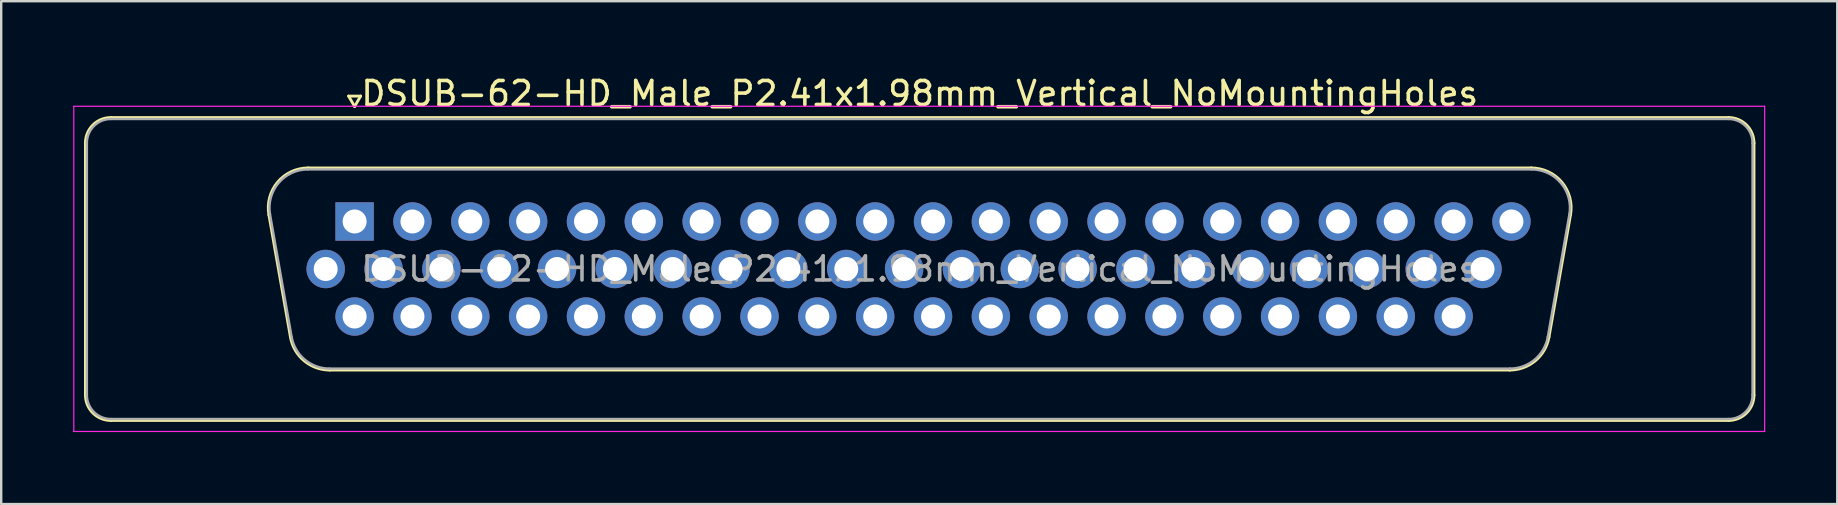
<source format=kicad_pcb>
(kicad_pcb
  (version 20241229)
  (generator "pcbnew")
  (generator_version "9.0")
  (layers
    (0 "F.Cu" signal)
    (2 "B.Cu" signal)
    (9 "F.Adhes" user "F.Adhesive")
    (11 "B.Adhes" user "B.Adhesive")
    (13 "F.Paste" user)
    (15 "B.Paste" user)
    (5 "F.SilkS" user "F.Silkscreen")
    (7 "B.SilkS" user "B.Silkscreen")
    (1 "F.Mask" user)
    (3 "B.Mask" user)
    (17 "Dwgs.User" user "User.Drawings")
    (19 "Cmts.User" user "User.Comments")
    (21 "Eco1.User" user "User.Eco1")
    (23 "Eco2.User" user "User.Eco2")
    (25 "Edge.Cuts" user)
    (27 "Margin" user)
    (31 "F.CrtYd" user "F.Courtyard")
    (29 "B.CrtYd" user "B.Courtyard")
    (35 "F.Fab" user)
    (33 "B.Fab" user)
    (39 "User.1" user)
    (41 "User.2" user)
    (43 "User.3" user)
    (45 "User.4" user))
  (footprint "DSUB-62-HD_Male_P2.41x1.98mm_Vertical_NoMountingHoles"
    (layer "F.Cu")
    (at 11.725 6.178)
    (property "Reference" "DSUB-62-HD_Male_P2.41x1.98mm_Vertical_NoMountingHoles" (at 23.545 -5.33 0) (layer "F.SilkS") (effects (font (size 1 1) (thickness 0.15))))
    (attr through_hole)
    (fp_line (start -11.215 7.23) (end -11.215 -3.27) (stroke (width 0.12) (type solid)) (layer "F.SilkS"))
    (fp_line (start -10.155 -4.33) (end 57.245 -4.33) (stroke (width 0.12) (type solid)) (layer "F.SilkS"))
    (fp_line (start -3.571 -0.282) (end -2.672 4.818) (stroke (width 0.12) (type solid)) (layer "F.SilkS"))
    (fp_line (start -1.937 -2.23) (end 49.027 -2.23) (stroke (width 0.12) (type solid)) (layer "F.SilkS"))
    (fp_line (start -1.037 6.19) (end 48.127 6.19) (stroke (width 0.12) (type solid)) (layer "F.SilkS"))
    (fp_line (start -0.25 -5.224) (end 0.25 -5.224) (stroke (width 0.12) (type solid)) (layer "F.SilkS"))
    (fp_line (start 0 -4.791) (end -0.25 -5.224) (stroke (width 0.12) (type solid)) (layer "F.SilkS"))
    (fp_line (start 0.25 -5.224) (end 0 -4.791) (stroke (width 0.12) (type solid)) (layer "F.SilkS"))
    (fp_line (start 50.661 -0.282) (end 49.762 4.818) (stroke (width 0.12) (type solid)) (layer "F.SilkS"))
    (fp_line (start 57.245 8.29) (end -10.155 8.29) (stroke (width 0.12) (type solid)) (layer "F.SilkS"))
    (fp_line (start 58.305 -3.27) (end 58.305 7.23) (stroke (width 0.12) (type solid)) (layer "F.SilkS"))
    (fp_arc (start -11.215 -3.27) (mid -10.904533 -4.019533) (end -10.155 -4.33) (stroke (width 0.12) (type solid)) (layer "F.SilkS"))
    (fp_arc (start -10.155 8.29) (mid -10.904533 7.979533) (end -11.215 7.23) (stroke (width 0.12) (type solid)) (layer "F.SilkS"))
    (fp_arc (start -3.57147 -0.281744) (mid -3.208323 -1.637028) (end -1.936689 -2.23) (stroke (width 0.12) (type solid)) (layer "F.SilkS"))
    (fp_arc (start -1.037421 6.19) (mid -2.104448 5.801634) (end -2.672202 4.818256) (stroke (width 0.12) (type solid)) (layer "F.SilkS"))
    (fp_arc (start 49.026689 -2.23) (mid 50.298323 -1.637027) (end 50.66147 -0.281744) (stroke (width 0.12) (type solid)) (layer "F.SilkS"))
    (fp_arc (start 49.762202 4.818256) (mid 49.194449 5.801634) (end 48.127421 6.19) (stroke (width 0.12) (type solid)) (layer "F.SilkS"))
    (fp_arc (start 57.245 -4.33) (mid 57.994533 -4.019533) (end 58.305 -3.27) (stroke (width 0.12) (type solid)) (layer "F.SilkS"))
    (fp_arc (start 58.305 7.23) (mid 57.994533 7.979533) (end 57.245 8.29) (stroke (width 0.12) (type solid)) (layer "F.SilkS"))
    (fp_line (start -11.7 -4.8) (end -11.7 8.75) (stroke (width 0.05) (type solid)) (layer "F.CrtYd"))
    (fp_line (start -11.7 8.75) (end 58.75 8.75) (stroke (width 0.05) (type solid)) (layer "F.CrtYd"))
    (fp_line (start 58.75 -4.8) (end -11.7 -4.8) (stroke (width 0.05) (type solid)) (layer "F.CrtYd"))
    (fp_line (start 58.75 8.75) (end 58.75 -4.8) (stroke (width 0.05) (type solid)) (layer "F.CrtYd"))
    (fp_line (start -11.155 7.23) (end -11.155 -3.27) (stroke (width 0.1) (type solid)) (layer "F.Fab"))
    (fp_line (start -10.155 -4.27) (end 57.245 -4.27) (stroke (width 0.1) (type solid)) (layer "F.Fab"))
    (fp_line (start -3.524 -0.292) (end -2.625 4.808) (stroke (width 0.1) (type solid)) (layer "F.Fab"))
    (fp_line (start -1.948 -2.17) (end 49.038 -2.17) (stroke (width 0.1) (type solid)) (layer "F.Fab"))
    (fp_line (start -1.049 6.13) (end 48.139 6.13) (stroke (width 0.1) (type solid)) (layer "F.Fab"))
    (fp_line (start 50.614 -0.292) (end 49.715 4.808) (stroke (width 0.1) (type solid)) (layer "F.Fab"))
    (fp_line (start 57.245 8.23) (end -10.155 8.23) (stroke (width 0.1) (type solid)) (layer "F.Fab"))
    (fp_line (start 58.245 -3.27) (end 58.245 7.23) (stroke (width 0.1) (type solid)) (layer "F.Fab"))
    (fp_arc (start -11.155 -3.27) (mid -10.862107 -3.977107) (end -10.155 -4.27) (stroke (width 0.1) (type solid)) (layer "F.Fab"))
    (fp_arc (start -10.155 8.23) (mid -10.862107 7.937107) (end -11.155 7.23) (stroke (width 0.1) (type solid)) (layer "F.Fab"))
    (fp_arc (start -3.523886 -0.292163) (mid -3.173865 -1.59846) (end -1.948194 -2.17) (stroke (width 0.1) (type solid)) (layer "F.Fab"))
    (fp_arc (start -1.048927 6.13) (mid -2.077387 5.755671) (end -2.624619 4.807837) (stroke (width 0.1) (type solid)) (layer "F.Fab"))
    (fp_arc (start 49.038194 -2.17) (mid 50.263865 -1.59846) (end 50.613886 -0.292163) (stroke (width 0.1) (type solid)) (layer "F.Fab"))
    (fp_arc (start 49.714619 4.807837) (mid 49.167387 5.755671) (end 48.138927 6.13) (stroke (width 0.1) (type solid)) (layer "F.Fab"))
    (fp_arc (start 57.245 -4.27) (mid 57.952107 -3.977107) (end 58.245 -3.27) (stroke (width 0.1) (type solid)) (layer "F.Fab"))
    (fp_arc (start 58.245 7.23) (mid 57.952107 7.937107) (end 57.245 8.23) (stroke (width 0.1) (type solid)) (layer "F.Fab"))
    (fp_text user "${REFERENCE}" (at 23.545 1.98 0) (layer "F.Fab") (effects (font (size 1 1) (thickness 0.15))))
    (pad "1" thru_hole rect (at 0 0) (size 1.6 1.6) (drill 1) (layers "*.Cu" "*.Mask"))
    (pad "2" thru_hole circle (at 2.41 0) (size 1.6 1.6) (drill 1) (layers "*.Cu" "*.Mask"))
    (pad "3" thru_hole circle (at 4.82 0) (size 1.6 1.6) (drill 1) (layers "*.Cu" "*.Mask"))
    (pad "4" thru_hole circle (at 7.23 0) (size 1.6 1.6) (drill 1) (layers "*.Cu" "*.Mask"))
    (pad "5" thru_hole circle (at 9.64 0) (size 1.6 1.6) (drill 1) (layers "*.Cu" "*.Mask"))
    (pad "6" thru_hole circle (at 12.05 0) (size 1.6 1.6) (drill 1) (layers "*.Cu" "*.Mask"))
    (pad "7" thru_hole circle (at 14.46 0) (size 1.6 1.6) (drill 1) (layers "*.Cu" "*.Mask"))
    (pad "8" thru_hole circle (at 16.87 0) (size 1.6 1.6) (drill 1) (layers "*.Cu" "*.Mask"))
    (pad "9" thru_hole circle (at 19.28 0) (size 1.6 1.6) (drill 1) (layers "*.Cu" "*.Mask"))
    (pad "10" thru_hole circle (at 21.69 0) (size 1.6 1.6) (drill 1) (layers "*.Cu" "*.Mask"))
    (pad "11" thru_hole circle (at 24.1 0) (size 1.6 1.6) (drill 1) (layers "*.Cu" "*.Mask"))
    (pad "12" thru_hole circle (at 26.51 0) (size 1.6 1.6) (drill 1) (layers "*.Cu" "*.Mask"))
    (pad "13" thru_hole circle (at 28.92 0) (size 1.6 1.6) (drill 1) (layers "*.Cu" "*.Mask"))
    (pad "14" thru_hole circle (at 31.33 0) (size 1.6 1.6) (drill 1) (layers "*.Cu" "*.Mask"))
    (pad "15" thru_hole circle (at 33.74 0) (size 1.6 1.6) (drill 1) (layers "*.Cu" "*.Mask"))
    (pad "16" thru_hole circle (at 36.15 0) (size 1.6 1.6) (drill 1) (layers "*.Cu" "*.Mask"))
    (pad "17" thru_hole circle (at 38.56 0) (size 1.6 1.6) (drill 1) (layers "*.Cu" "*.Mask"))
    (pad "18" thru_hole circle (at 40.97 0) (size 1.6 1.6) (drill 1) (layers "*.Cu" "*.Mask"))
    (pad "19" thru_hole circle (at 43.38 0) (size 1.6 1.6) (drill 1) (layers "*.Cu" "*.Mask"))
    (pad "20" thru_hole circle (at 45.79 0) (size 1.6 1.6) (drill 1) (layers "*.Cu" "*.Mask"))
    (pad "21" thru_hole circle (at 48.2 0) (size 1.6 1.6) (drill 1) (layers "*.Cu" "*.Mask"))
    (pad "22" thru_hole circle (at -1.205 1.98) (size 1.6 1.6) (drill 1) (layers "*.Cu" "*.Mask"))
    (pad "23" thru_hole circle (at 1.205 1.98) (size 1.6 1.6) (drill 1) (layers "*.Cu" "*.Mask"))
    (pad "24" thru_hole circle (at 3.615 1.98) (size 1.6 1.6) (drill 1) (layers "*.Cu" "*.Mask"))
    (pad "25" thru_hole circle (at 6.025 1.98) (size 1.6 1.6) (drill 1) (layers "*.Cu" "*.Mask"))
    (pad "26" thru_hole circle (at 8.435 1.98) (size 1.6 1.6) (drill 1) (layers "*.Cu" "*.Mask"))
    (pad "27" thru_hole circle (at 10.845 1.98) (size 1.6 1.6) (drill 1) (layers "*.Cu" "*.Mask"))
    (pad "28" thru_hole circle (at 13.255 1.98) (size 1.6 1.6) (drill 1) (layers "*.Cu" "*.Mask"))
    (pad "29" thru_hole circle (at 15.665 1.98) (size 1.6 1.6) (drill 1) (layers "*.Cu" "*.Mask"))
    (pad "30" thru_hole circle (at 18.075 1.98) (size 1.6 1.6) (drill 1) (layers "*.Cu" "*.Mask"))
    (pad "31" thru_hole circle (at 20.485 1.98) (size 1.6 1.6) (drill 1) (layers "*.Cu" "*.Mask"))
    (pad "32" thru_hole circle (at 22.895 1.98) (size 1.6 1.6) (drill 1) (layers "*.Cu" "*.Mask"))
    (pad "33" thru_hole circle (at 25.305 1.98) (size 1.6 1.6) (drill 1) (layers "*.Cu" "*.Mask"))
    (pad "34" thru_hole circle (at 27.715 1.98) (size 1.6 1.6) (drill 1) (layers "*.Cu" "*.Mask"))
    (pad "35" thru_hole circle (at 30.125 1.98) (size 1.6 1.6) (drill 1) (layers "*.Cu" "*.Mask"))
    (pad "36" thru_hole circle (at 32.535 1.98) (size 1.6 1.6) (drill 1) (layers "*.Cu" "*.Mask"))
    (pad "37" thru_hole circle (at 34.945 1.98) (size 1.6 1.6) (drill 1) (layers "*.Cu" "*.Mask"))
    (pad "38" thru_hole circle (at 37.355 1.98) (size 1.6 1.6) (drill 1) (layers "*.Cu" "*.Mask"))
    (pad "39" thru_hole circle (at 39.765 1.98) (size 1.6 1.6) (drill 1) (layers "*.Cu" "*.Mask"))
    (pad "40" thru_hole circle (at 42.175 1.98) (size 1.6 1.6) (drill 1) (layers "*.Cu" "*.Mask"))
    (pad "41" thru_hole circle (at 44.585 1.98) (size 1.6 1.6) (drill 1) (layers "*.Cu" "*.Mask"))
    (pad "42" thru_hole circle (at 46.995 1.98) (size 1.6 1.6) (drill 1) (layers "*.Cu" "*.Mask"))
    (pad "43" thru_hole circle (at 0 3.96) (size 1.6 1.6) (drill 1) (layers "*.Cu" "*.Mask"))
    (pad "44" thru_hole circle (at 2.41 3.96) (size 1.6 1.6) (drill 1) (layers "*.Cu" "*.Mask"))
    (pad "45" thru_hole circle (at 4.82 3.96) (size 1.6 1.6) (drill 1) (layers "*.Cu" "*.Mask"))
    (pad "46" thru_hole circle (at 7.23 3.96) (size 1.6 1.6) (drill 1) (layers "*.Cu" "*.Mask"))
    (pad "47" thru_hole circle (at 9.64 3.96) (size 1.6 1.6) (drill 1) (layers "*.Cu" "*.Mask"))
    (pad "48" thru_hole circle (at 12.05 3.96) (size 1.6 1.6) (drill 1) (layers "*.Cu" "*.Mask"))
    (pad "49" thru_hole circle (at 14.46 3.96) (size 1.6 1.6) (drill 1) (layers "*.Cu" "*.Mask"))
    (pad "50" thru_hole circle (at 16.87 3.96) (size 1.6 1.6) (drill 1) (layers "*.Cu" "*.Mask"))
    (pad "51" thru_hole circle (at 19.28 3.96) (size 1.6 1.6) (drill 1) (layers "*.Cu" "*.Mask"))
    (pad "52" thru_hole circle (at 21.69 3.96) (size 1.6 1.6) (drill 1) (layers "*.Cu" "*.Mask"))
    (pad "53" thru_hole circle (at 24.1 3.96) (size 1.6 1.6) (drill 1) (layers "*.Cu" "*.Mask"))
    (pad "54" thru_hole circle (at 26.51 3.96) (size 1.6 1.6) (drill 1) (layers "*.Cu" "*.Mask"))
    (pad "55" thru_hole circle (at 28.92 3.96) (size 1.6 1.6) (drill 1) (layers "*.Cu" "*.Mask"))
    (pad "56" thru_hole circle (at 31.33 3.96) (size 1.6 1.6) (drill 1) (layers "*.Cu" "*.Mask"))
    (pad "57" thru_hole circle (at 33.74 3.96) (size 1.6 1.6) (drill 1) (layers "*.Cu" "*.Mask"))
    (pad "58" thru_hole circle (at 36.15 3.96) (size 1.6 1.6) (drill 1) (layers "*.Cu" "*.Mask"))
    (pad "59" thru_hole circle (at 38.56 3.96) (size 1.6 1.6) (drill 1) (layers "*.Cu" "*.Mask"))
    (pad "60" thru_hole circle (at 40.97 3.96) (size 1.6 1.6) (drill 1) (layers "*.Cu" "*.Mask"))
    (pad "61" thru_hole circle (at 43.38 3.96) (size 1.6 1.6) (drill 1) (layers "*.Cu" "*.Mask"))
    (pad "62" thru_hole circle (at 45.79 3.96) (size 1.6 1.6) (drill 1) (layers "*.Cu" "*.Mask")))
  (gr_rect
    (start -3 -3)
    (end 73.5 17.953)
    (stroke (width 0.1) (type default))
    (fill no)
    (layer "Edge.Cuts")))
</source>
